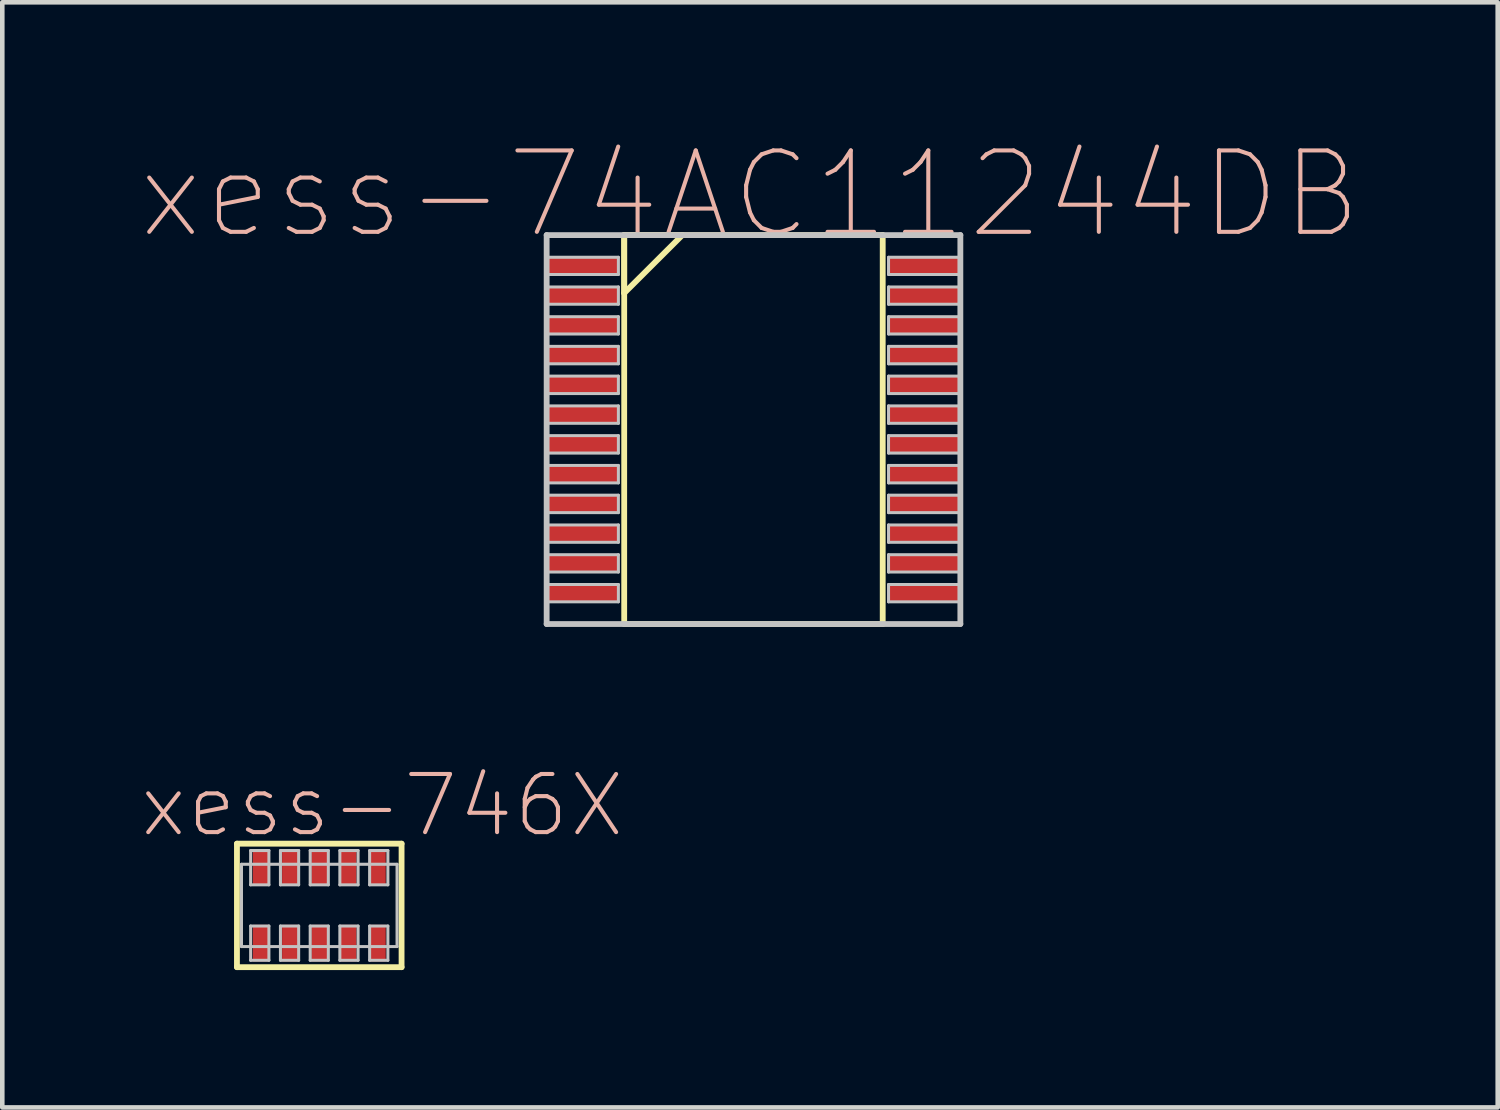
<source format=kicad_pcb>
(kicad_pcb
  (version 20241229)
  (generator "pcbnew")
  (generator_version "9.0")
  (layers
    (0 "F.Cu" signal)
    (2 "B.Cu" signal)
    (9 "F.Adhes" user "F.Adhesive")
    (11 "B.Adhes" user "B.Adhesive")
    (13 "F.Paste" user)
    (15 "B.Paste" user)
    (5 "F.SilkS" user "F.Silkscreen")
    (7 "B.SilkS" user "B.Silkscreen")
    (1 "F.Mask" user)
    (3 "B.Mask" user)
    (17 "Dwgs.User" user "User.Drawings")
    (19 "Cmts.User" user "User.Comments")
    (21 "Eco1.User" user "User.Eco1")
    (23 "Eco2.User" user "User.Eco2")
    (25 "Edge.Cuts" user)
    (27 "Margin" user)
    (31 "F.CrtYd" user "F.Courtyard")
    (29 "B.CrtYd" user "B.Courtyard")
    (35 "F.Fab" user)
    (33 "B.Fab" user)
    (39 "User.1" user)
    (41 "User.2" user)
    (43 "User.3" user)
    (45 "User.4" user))
  (footprint "xess-746X"
    (layer "F.Cu")
    (at 3.924 16.728)
    (property "Reference" "xess-746X" (at 1.374 -2.184 0) (layer "B.SilkS") (effects (font (size 1.27 1.27) (thickness 0.089))))
    (attr smd)
    (fp_line (start -1.798 -1.349) (end -1.798 1.349) (stroke (width 0.127) (type solid)) (layer "F.SilkS"))
    (fp_line (start -1.798 1.349) (end 1.798 1.349) (stroke (width 0.127) (type solid)) (layer "F.SilkS"))
    (fp_line (start 1.798 -1.349) (end -1.798 -1.349) (stroke (width 0.127) (type solid)) (layer "F.SilkS"))
    (fp_line (start 1.798 1.349) (end 1.798 -1.349) (stroke (width 0.127) (type solid)) (layer "F.SilkS"))
    (fp_line (start -1.699 -0.899) (end 1.699 -0.899) (stroke (width 0.066) (type solid)) (layer "Dwgs.User"))
    (fp_line (start -1.699 0.899) (end -1.699 -0.899) (stroke (width 0.066) (type solid)) (layer "Dwgs.User"))
    (fp_line (start -1.699 0.899) (end 1.699 0.899) (stroke (width 0.066) (type solid)) (layer "Dwgs.User"))
    (fp_line (start -1.499 -1.199) (end -1.1 -1.199) (stroke (width 0.066) (type solid)) (layer "Dwgs.User"))
    (fp_line (start -1.499 -0.45) (end -1.499 -1.199) (stroke (width 0.066) (type solid)) (layer "Dwgs.User"))
    (fp_line (start -1.499 -0.45) (end -1.1 -0.45) (stroke (width 0.066) (type solid)) (layer "Dwgs.User"))
    (fp_line (start -1.499 0.45) (end -1.1 0.45) (stroke (width 0.066) (type solid)) (layer "Dwgs.User"))
    (fp_line (start -1.499 1.199) (end -1.499 0.45) (stroke (width 0.066) (type solid)) (layer "Dwgs.User"))
    (fp_line (start -1.499 1.199) (end -1.1 1.199) (stroke (width 0.066) (type solid)) (layer "Dwgs.User"))
    (fp_line (start -1.1 -0.45) (end -1.1 -1.199) (stroke (width 0.066) (type solid)) (layer "Dwgs.User"))
    (fp_line (start -1.1 1.199) (end -1.1 0.45) (stroke (width 0.066) (type solid)) (layer "Dwgs.User"))
    (fp_line (start -0.848 -1.199) (end -0.45 -1.199) (stroke (width 0.066) (type solid)) (layer "Dwgs.User"))
    (fp_line (start -0.848 -0.45) (end -0.848 -1.199) (stroke (width 0.066) (type solid)) (layer "Dwgs.User"))
    (fp_line (start -0.848 -0.45) (end -0.45 -0.45) (stroke (width 0.066) (type solid)) (layer "Dwgs.User"))
    (fp_line (start -0.848 0.45) (end -0.45 0.45) (stroke (width 0.066) (type solid)) (layer "Dwgs.User"))
    (fp_line (start -0.848 1.199) (end -0.848 0.45) (stroke (width 0.066) (type solid)) (layer "Dwgs.User"))
    (fp_line (start -0.848 1.199) (end -0.45 1.199) (stroke (width 0.066) (type solid)) (layer "Dwgs.User"))
    (fp_line (start -0.45 -0.45) (end -0.45 -1.199) (stroke (width 0.066) (type solid)) (layer "Dwgs.User"))
    (fp_line (start -0.45 1.199) (end -0.45 0.45) (stroke (width 0.066) (type solid)) (layer "Dwgs.User"))
    (fp_line (start -0.198 -1.199) (end 0.198 -1.199) (stroke (width 0.066) (type solid)) (layer "Dwgs.User"))
    (fp_line (start -0.198 -0.45) (end -0.198 -1.199) (stroke (width 0.066) (type solid)) (layer "Dwgs.User"))
    (fp_line (start -0.198 -0.45) (end 0.198 -0.45) (stroke (width 0.066) (type solid)) (layer "Dwgs.User"))
    (fp_line (start -0.198 0.45) (end 0.198 0.45) (stroke (width 0.066) (type solid)) (layer "Dwgs.User"))
    (fp_line (start -0.198 1.199) (end -0.198 0.45) (stroke (width 0.066) (type solid)) (layer "Dwgs.User"))
    (fp_line (start -0.198 1.199) (end 0.198 1.199) (stroke (width 0.066) (type solid)) (layer "Dwgs.User"))
    (fp_line (start 0.198 -0.45) (end 0.198 -1.199) (stroke (width 0.066) (type solid)) (layer "Dwgs.User"))
    (fp_line (start 0.198 1.199) (end 0.198 0.45) (stroke (width 0.066) (type solid)) (layer "Dwgs.User"))
    (fp_line (start 0.45 -1.199) (end 0.848 -1.199) (stroke (width 0.066) (type solid)) (layer "Dwgs.User"))
    (fp_line (start 0.45 -0.45) (end 0.45 -1.199) (stroke (width 0.066) (type solid)) (layer "Dwgs.User"))
    (fp_line (start 0.45 -0.45) (end 0.848 -0.45) (stroke (width 0.066) (type solid)) (layer "Dwgs.User"))
    (fp_line (start 0.45 0.45) (end 0.848 0.45) (stroke (width 0.066) (type solid)) (layer "Dwgs.User"))
    (fp_line (start 0.45 1.199) (end 0.45 0.45) (stroke (width 0.066) (type solid)) (layer "Dwgs.User"))
    (fp_line (start 0.45 1.199) (end 0.848 1.199) (stroke (width 0.066) (type solid)) (layer "Dwgs.User"))
    (fp_line (start 0.848 -0.45) (end 0.848 -1.199) (stroke (width 0.066) (type solid)) (layer "Dwgs.User"))
    (fp_line (start 0.848 1.199) (end 0.848 0.45) (stroke (width 0.066) (type solid)) (layer "Dwgs.User"))
    (fp_line (start 1.1 -1.199) (end 1.499 -1.199) (stroke (width 0.066) (type solid)) (layer "Dwgs.User"))
    (fp_line (start 1.1 -0.45) (end 1.1 -1.199) (stroke (width 0.066) (type solid)) (layer "Dwgs.User"))
    (fp_line (start 1.1 -0.45) (end 1.499 -0.45) (stroke (width 0.066) (type solid)) (layer "Dwgs.User"))
    (fp_line (start 1.1 0.45) (end 1.499 0.45) (stroke (width 0.066) (type solid)) (layer "Dwgs.User"))
    (fp_line (start 1.1 1.199) (end 1.1 0.45) (stroke (width 0.066) (type solid)) (layer "Dwgs.User"))
    (fp_line (start 1.1 1.199) (end 1.499 1.199) (stroke (width 0.066) (type solid)) (layer "Dwgs.User"))
    (fp_line (start 1.499 -0.45) (end 1.499 -1.199) (stroke (width 0.066) (type solid)) (layer "Dwgs.User"))
    (fp_line (start 1.499 1.199) (end 1.499 0.45) (stroke (width 0.066) (type solid)) (layer "Dwgs.User"))
    (fp_line (start 1.699 0.899) (end 1.699 -0.899) (stroke (width 0.066) (type solid)) (layer "Dwgs.User"))
    (pad "1" smd rect (at -1.278 0.823) (size 0.348 0.798) (layers "F.Cu" "F.Mask" "F.Paste"))
    (pad "2" smd rect (at -0.638 0.823) (size 0.348 0.798) (layers "F.Cu" "F.Mask" "F.Paste"))
    (pad "3" smd rect (at 0 0.823) (size 0.348 0.798) (layers "F.Cu" "F.Mask" "F.Paste"))
    (pad "4" smd rect (at 0.638 0.823) (size 0.348 0.798) (layers "F.Cu" "F.Mask" "F.Paste"))
    (pad "5" smd rect (at 1.278 0.823) (size 0.348 0.798) (layers "F.Cu" "F.Mask" "F.Paste"))
    (pad "6" smd rect (at 1.278 -0.823) (size 0.348 0.798) (layers "F.Cu" "F.Mask" "F.Paste"))
    (pad "7" smd rect (at 0.638 -0.823) (size 0.348 0.798) (layers "F.Cu" "F.Mask" "F.Paste"))
    (pad "8" smd rect (at 0 -0.823) (size 0.348 0.798) (layers "F.Cu" "F.Mask" "F.Paste"))
    (pad "9" smd rect (at -0.638 -0.823) (size 0.348 0.798) (layers "F.Cu" "F.Mask" "F.Paste"))
    (pad "10" smd rect (at -1.278 -0.823) (size 0.348 0.798) (layers "F.Cu" "F.Mask" "F.Paste")))
  (footprint "xess-74AC11244DB"
    (layer "F.Cu")
    (at 9.785 2.758)
    (property "Reference" "xess-74AC11244DB" (at 3.548 -1.562 0) (layer "B.SilkS") (effects (font (size 1.778 1.778) (thickness 0.089))))
    (attr smd)
    (fp_line (start 0.8 -0.673) (end 0.8 0.594) (stroke (width 0.127) (type solid)) (layer "F.SilkS"))
    (fp_line (start 0.8 -0.673) (end 0.8 7.823) (stroke (width 0.127) (type solid)) (layer "F.SilkS"))
    (fp_line (start 0.8 0.594) (end 2.07 -0.673) (stroke (width 0.127) (type solid)) (layer "F.SilkS"))
    (fp_line (start 0.8 7.823) (end 6.447 7.823) (stroke (width 0.127) (type solid)) (layer "F.SilkS"))
    (fp_line (start 2.07 -0.673) (end 0.8 -0.673) (stroke (width 0.127) (type solid)) (layer "F.SilkS"))
    (fp_line (start 6.447 -0.673) (end 0.8 -0.673) (stroke (width 0.127) (type solid)) (layer "F.SilkS"))
    (fp_line (start 6.447 7.823) (end 6.447 -0.673) (stroke (width 0.127) (type solid)) (layer "F.SilkS"))
    (fp_line (start -0.894 -0.673) (end -0.894 7.823) (stroke (width 0.127) (type solid)) (layer "Dwgs.User"))
    (fp_line (start -0.894 -0.188) (end 0.673 -0.188) (stroke (width 0.066) (type solid)) (layer "Dwgs.User"))
    (fp_line (start -0.894 0.188) (end -0.894 -0.188) (stroke (width 0.066) (type solid)) (layer "Dwgs.User"))
    (fp_line (start -0.894 0.188) (end 0.673 0.188) (stroke (width 0.066) (type solid)) (layer "Dwgs.User"))
    (fp_line (start -0.894 0.46) (end 0.673 0.46) (stroke (width 0.066) (type solid)) (layer "Dwgs.User"))
    (fp_line (start -0.894 0.838) (end -0.894 0.46) (stroke (width 0.066) (type solid)) (layer "Dwgs.User"))
    (fp_line (start -0.894 0.838) (end 0.673 0.838) (stroke (width 0.066) (type solid)) (layer "Dwgs.User"))
    (fp_line (start -0.894 1.11) (end 0.673 1.11) (stroke (width 0.066) (type solid)) (layer "Dwgs.User"))
    (fp_line (start -0.894 1.488) (end -0.894 1.11) (stroke (width 0.066) (type solid)) (layer "Dwgs.User"))
    (fp_line (start -0.894 1.488) (end 0.673 1.488) (stroke (width 0.066) (type solid)) (layer "Dwgs.User"))
    (fp_line (start -0.894 1.758) (end 0.673 1.758) (stroke (width 0.066) (type solid)) (layer "Dwgs.User"))
    (fp_line (start -0.894 2.139) (end -0.894 1.758) (stroke (width 0.066) (type solid)) (layer "Dwgs.User"))
    (fp_line (start -0.894 2.139) (end 0.673 2.139) (stroke (width 0.066) (type solid)) (layer "Dwgs.User"))
    (fp_line (start -0.894 2.408) (end 0.673 2.408) (stroke (width 0.066) (type solid)) (layer "Dwgs.User"))
    (fp_line (start -0.894 2.789) (end -0.894 2.408) (stroke (width 0.066) (type solid)) (layer "Dwgs.User"))
    (fp_line (start -0.894 2.789) (end 0.673 2.789) (stroke (width 0.066) (type solid)) (layer "Dwgs.User"))
    (fp_line (start -0.894 3.058) (end 0.673 3.058) (stroke (width 0.066) (type solid)) (layer "Dwgs.User"))
    (fp_line (start -0.894 3.439) (end -0.894 3.058) (stroke (width 0.066) (type solid)) (layer "Dwgs.User"))
    (fp_line (start -0.894 3.439) (end 0.673 3.439) (stroke (width 0.066) (type solid)) (layer "Dwgs.User"))
    (fp_line (start -0.894 3.708) (end 0.673 3.708) (stroke (width 0.066) (type solid)) (layer "Dwgs.User"))
    (fp_line (start -0.894 4.089) (end -0.894 3.708) (stroke (width 0.066) (type solid)) (layer "Dwgs.User"))
    (fp_line (start -0.894 4.089) (end 0.673 4.089) (stroke (width 0.066) (type solid)) (layer "Dwgs.User"))
    (fp_line (start -0.894 4.359) (end 0.673 4.359) (stroke (width 0.066) (type solid)) (layer "Dwgs.User"))
    (fp_line (start -0.894 4.74) (end -0.894 4.359) (stroke (width 0.066) (type solid)) (layer "Dwgs.User"))
    (fp_line (start -0.894 4.74) (end 0.673 4.74) (stroke (width 0.066) (type solid)) (layer "Dwgs.User"))
    (fp_line (start -0.894 5.009) (end 0.673 5.009) (stroke (width 0.066) (type solid)) (layer "Dwgs.User"))
    (fp_line (start -0.894 5.39) (end -0.894 5.009) (stroke (width 0.066) (type solid)) (layer "Dwgs.User"))
    (fp_line (start -0.894 5.39) (end 0.673 5.39) (stroke (width 0.066) (type solid)) (layer "Dwgs.User"))
    (fp_line (start -0.894 5.659) (end 0.673 5.659) (stroke (width 0.066) (type solid)) (layer "Dwgs.User"))
    (fp_line (start -0.894 6.038) (end -0.894 5.659) (stroke (width 0.066) (type solid)) (layer "Dwgs.User"))
    (fp_line (start -0.894 6.038) (end 0.673 6.038) (stroke (width 0.066) (type solid)) (layer "Dwgs.User"))
    (fp_line (start -0.894 6.309) (end 0.673 6.309) (stroke (width 0.066) (type solid)) (layer "Dwgs.User"))
    (fp_line (start -0.894 6.688) (end -0.894 6.309) (stroke (width 0.066) (type solid)) (layer "Dwgs.User"))
    (fp_line (start -0.894 6.688) (end 0.673 6.688) (stroke (width 0.066) (type solid)) (layer "Dwgs.User"))
    (fp_line (start -0.894 6.96) (end 0.673 6.96) (stroke (width 0.066) (type solid)) (layer "Dwgs.User"))
    (fp_line (start -0.894 7.338) (end -0.894 6.96) (stroke (width 0.066) (type solid)) (layer "Dwgs.User"))
    (fp_line (start -0.894 7.338) (end 0.673 7.338) (stroke (width 0.066) (type solid)) (layer "Dwgs.User"))
    (fp_line (start -0.894 7.823) (end 8.143 7.823) (stroke (width 0.127) (type solid)) (layer "Dwgs.User"))
    (fp_line (start 0.673 0.188) (end 0.673 -0.188) (stroke (width 0.066) (type solid)) (layer "Dwgs.User"))
    (fp_line (start 0.673 0.838) (end 0.673 0.46) (stroke (width 0.066) (type solid)) (layer "Dwgs.User"))
    (fp_line (start 0.673 1.488) (end 0.673 1.11) (stroke (width 0.066) (type solid)) (layer "Dwgs.User"))
    (fp_line (start 0.673 2.139) (end 0.673 1.758) (stroke (width 0.066) (type solid)) (layer "Dwgs.User"))
    (fp_line (start 0.673 2.789) (end 0.673 2.408) (stroke (width 0.066) (type solid)) (layer "Dwgs.User"))
    (fp_line (start 0.673 3.439) (end 0.673 3.058) (stroke (width 0.066) (type solid)) (layer "Dwgs.User"))
    (fp_line (start 0.673 4.089) (end 0.673 3.708) (stroke (width 0.066) (type solid)) (layer "Dwgs.User"))
    (fp_line (start 0.673 4.74) (end 0.673 4.359) (stroke (width 0.066) (type solid)) (layer "Dwgs.User"))
    (fp_line (start 0.673 5.39) (end 0.673 5.009) (stroke (width 0.066) (type solid)) (layer "Dwgs.User"))
    (fp_line (start 0.673 6.038) (end 0.673 5.659) (stroke (width 0.066) (type solid)) (layer "Dwgs.User"))
    (fp_line (start 0.673 6.688) (end 0.673 6.309) (stroke (width 0.066) (type solid)) (layer "Dwgs.User"))
    (fp_line (start 0.673 7.338) (end 0.673 6.96) (stroke (width 0.066) (type solid)) (layer "Dwgs.User"))
    (fp_line (start 6.574 -0.188) (end 8.143 -0.188) (stroke (width 0.066) (type solid)) (layer "Dwgs.User"))
    (fp_line (start 6.574 0.188) (end 6.574 -0.188) (stroke (width 0.066) (type solid)) (layer "Dwgs.User"))
    (fp_line (start 6.574 0.188) (end 8.143 0.188) (stroke (width 0.066) (type solid)) (layer "Dwgs.User"))
    (fp_line (start 6.574 0.46) (end 8.143 0.46) (stroke (width 0.066) (type solid)) (layer "Dwgs.User"))
    (fp_line (start 6.574 0.838) (end 6.574 0.46) (stroke (width 0.066) (type solid)) (layer "Dwgs.User"))
    (fp_line (start 6.574 0.838) (end 8.143 0.838) (stroke (width 0.066) (type solid)) (layer "Dwgs.User"))
    (fp_line (start 6.574 1.11) (end 8.143 1.11) (stroke (width 0.066) (type solid)) (layer "Dwgs.User"))
    (fp_line (start 6.574 1.488) (end 6.574 1.11) (stroke (width 0.066) (type solid)) (layer "Dwgs.User"))
    (fp_line (start 6.574 1.488) (end 8.143 1.488) (stroke (width 0.066) (type solid)) (layer "Dwgs.User"))
    (fp_line (start 6.574 1.758) (end 8.143 1.758) (stroke (width 0.066) (type solid)) (layer "Dwgs.User"))
    (fp_line (start 6.574 2.139) (end 6.574 1.758) (stroke (width 0.066) (type solid)) (layer "Dwgs.User"))
    (fp_line (start 6.574 2.139) (end 8.143 2.139) (stroke (width 0.066) (type solid)) (layer "Dwgs.User"))
    (fp_line (start 6.574 2.408) (end 8.143 2.408) (stroke (width 0.066) (type solid)) (layer "Dwgs.User"))
    (fp_line (start 6.574 2.789) (end 6.574 2.408) (stroke (width 0.066) (type solid)) (layer "Dwgs.User"))
    (fp_line (start 6.574 2.789) (end 8.143 2.789) (stroke (width 0.066) (type solid)) (layer "Dwgs.User"))
    (fp_line (start 6.574 3.058) (end 8.143 3.058) (stroke (width 0.066) (type solid)) (layer "Dwgs.User"))
    (fp_line (start 6.574 3.439) (end 6.574 3.058) (stroke (width 0.066) (type solid)) (layer "Dwgs.User"))
    (fp_line (start 6.574 3.439) (end 8.143 3.439) (stroke (width 0.066) (type solid)) (layer "Dwgs.User"))
    (fp_line (start 6.574 3.708) (end 8.143 3.708) (stroke (width 0.066) (type solid)) (layer "Dwgs.User"))
    (fp_line (start 6.574 4.089) (end 6.574 3.708) (stroke (width 0.066) (type solid)) (layer "Dwgs.User"))
    (fp_line (start 6.574 4.089) (end 8.143 4.089) (stroke (width 0.066) (type solid)) (layer "Dwgs.User"))
    (fp_line (start 6.574 4.359) (end 8.143 4.359) (stroke (width 0.066) (type solid)) (layer "Dwgs.User"))
    (fp_line (start 6.574 4.74) (end 6.574 4.359) (stroke (width 0.066) (type solid)) (layer "Dwgs.User"))
    (fp_line (start 6.574 4.74) (end 8.143 4.74) (stroke (width 0.066) (type solid)) (layer "Dwgs.User"))
    (fp_line (start 6.574 5.009) (end 8.143 5.009) (stroke (width 0.066) (type solid)) (layer "Dwgs.User"))
    (fp_line (start 6.574 5.39) (end 6.574 5.009) (stroke (width 0.066) (type solid)) (layer "Dwgs.User"))
    (fp_line (start 6.574 5.39) (end 8.143 5.39) (stroke (width 0.066) (type solid)) (layer "Dwgs.User"))
    (fp_line (start 6.574 5.659) (end 8.143 5.659) (stroke (width 0.066) (type solid)) (layer "Dwgs.User"))
    (fp_line (start 6.574 6.038) (end 6.574 5.659) (stroke (width 0.066) (type solid)) (layer "Dwgs.User"))
    (fp_line (start 6.574 6.038) (end 8.143 6.038) (stroke (width 0.066) (type solid)) (layer "Dwgs.User"))
    (fp_line (start 6.574 6.309) (end 8.143 6.309) (stroke (width 0.066) (type solid)) (layer "Dwgs.User"))
    (fp_line (start 6.574 6.688) (end 6.574 6.309) (stroke (width 0.066) (type solid)) (layer "Dwgs.User"))
    (fp_line (start 6.574 6.688) (end 8.143 6.688) (stroke (width 0.066) (type solid)) (layer "Dwgs.User"))
    (fp_line (start 6.574 6.96) (end 8.143 6.96) (stroke (width 0.066) (type solid)) (layer "Dwgs.User"))
    (fp_line (start 6.574 7.338) (end 6.574 6.96) (stroke (width 0.066) (type solid)) (layer "Dwgs.User"))
    (fp_line (start 6.574 7.338) (end 8.143 7.338) (stroke (width 0.066) (type solid)) (layer "Dwgs.User"))
    (fp_line (start 8.143 -0.673) (end -0.894 -0.673) (stroke (width 0.127) (type solid)) (layer "Dwgs.User"))
    (fp_line (start 8.143 0.188) (end 8.143 -0.188) (stroke (width 0.066) (type solid)) (layer "Dwgs.User"))
    (fp_line (start 8.143 0.838) (end 8.143 0.46) (stroke (width 0.066) (type solid)) (layer "Dwgs.User"))
    (fp_line (start 8.143 1.488) (end 8.143 1.11) (stroke (width 0.066) (type solid)) (layer "Dwgs.User"))
    (fp_line (start 8.143 2.139) (end 8.143 1.758) (stroke (width 0.066) (type solid)) (layer "Dwgs.User"))
    (fp_line (start 8.143 2.789) (end 8.143 2.408) (stroke (width 0.066) (type solid)) (layer "Dwgs.User"))
    (fp_line (start 8.143 3.439) (end 8.143 3.058) (stroke (width 0.066) (type solid)) (layer "Dwgs.User"))
    (fp_line (start 8.143 4.089) (end 8.143 3.708) (stroke (width 0.066) (type solid)) (layer "Dwgs.User"))
    (fp_line (start 8.143 4.74) (end 8.143 4.359) (stroke (width 0.066) (type solid)) (layer "Dwgs.User"))
    (fp_line (start 8.143 5.39) (end 8.143 5.009) (stroke (width 0.066) (type solid)) (layer "Dwgs.User"))
    (fp_line (start 8.143 6.038) (end 8.143 5.659) (stroke (width 0.066) (type solid)) (layer "Dwgs.User"))
    (fp_line (start 8.143 6.688) (end 8.143 6.309) (stroke (width 0.066) (type solid)) (layer "Dwgs.User"))
    (fp_line (start 8.143 7.338) (end 8.143 6.96) (stroke (width 0.066) (type solid)) (layer "Dwgs.User"))
    (fp_line (start 8.143 7.823) (end 8.143 -0.673) (stroke (width 0.127) (type solid)) (layer "Dwgs.User"))
    (pad "1" smd rect (at -0.109 0) (size 1.57 0.378) (layers "F.Cu" "F.Mask" "F.Paste"))
    (pad "2" smd rect (at -0.109 0.648) (size 1.57 0.378) (layers "F.Cu" "F.Mask" "F.Paste"))
    (pad "3" smd rect (at -0.109 1.298) (size 1.57 0.378) (layers "F.Cu" "F.Mask" "F.Paste"))
    (pad "4" smd rect (at -0.109 1.948) (size 1.57 0.378) (layers "F.Cu" "F.Mask" "F.Paste"))
    (pad "5" smd rect (at -0.109 2.598) (size 1.57 0.378) (layers "F.Cu" "F.Mask" "F.Paste"))
    (pad "6" smd rect (at -0.109 3.249) (size 1.57 0.378) (layers "F.Cu" "F.Mask" "F.Paste"))
    (pad "7" smd rect (at -0.109 3.899) (size 1.57 0.378) (layers "F.Cu" "F.Mask" "F.Paste"))
    (pad "8" smd rect (at -0.109 4.549) (size 1.57 0.378) (layers "F.Cu" "F.Mask" "F.Paste"))
    (pad "9" smd rect (at -0.109 5.199) (size 1.57 0.378) (layers "F.Cu" "F.Mask" "F.Paste"))
    (pad "10" smd rect (at -0.109 5.85) (size 1.57 0.378) (layers "F.Cu" "F.Mask" "F.Paste"))
    (pad "11" smd rect (at -0.109 6.5) (size 1.57 0.378) (layers "F.Cu" "F.Mask" "F.Paste"))
    (pad "12" smd rect (at -0.109 7.148) (size 1.57 0.378) (layers "F.Cu" "F.Mask" "F.Paste"))
    (pad "13" smd rect (at 7.358 7.148) (size 1.57 0.378) (layers "F.Cu" "F.Mask" "F.Paste"))
    (pad "14" smd rect (at 7.358 6.5) (size 1.57 0.378) (layers "F.Cu" "F.Mask" "F.Paste"))
    (pad "15" smd rect (at 7.358 5.85) (size 1.57 0.378) (layers "F.Cu" "F.Mask" "F.Paste"))
    (pad "16" smd rect (at 7.358 5.199) (size 1.57 0.378) (layers "F.Cu" "F.Mask" "F.Paste"))
    (pad "17" smd rect (at 7.358 4.549) (size 1.57 0.378) (layers "F.Cu" "F.Mask" "F.Paste"))
    (pad "18" smd rect (at 7.358 3.899) (size 1.57 0.378) (layers "F.Cu" "F.Mask" "F.Paste"))
    (pad "19" smd rect (at 7.358 3.249) (size 1.57 0.378) (layers "F.Cu" "F.Mask" "F.Paste"))
    (pad "20" smd rect (at 7.358 2.598) (size 1.57 0.378) (layers "F.Cu" "F.Mask" "F.Paste"))
    (pad "21" smd rect (at 7.358 1.948) (size 1.57 0.378) (layers "F.Cu" "F.Mask" "F.Paste"))
    (pad "22" smd rect (at 7.358 1.298) (size 1.57 0.378) (layers "F.Cu" "F.Mask" "F.Paste"))
    (pad "23" smd rect (at 7.358 0.648) (size 1.57 0.378) (layers "F.Cu" "F.Mask" "F.Paste"))
    (pad "24" smd rect (at 7.358 0) (size 1.57 0.378) (layers "F.Cu" "F.Mask" "F.Paste")))
  (gr_rect
    (start -3 -3)
    (end 29.666 21.141)
    (stroke (width 0.1) (type default))
    (fill no)
    (layer "Edge.Cuts")))
</source>
